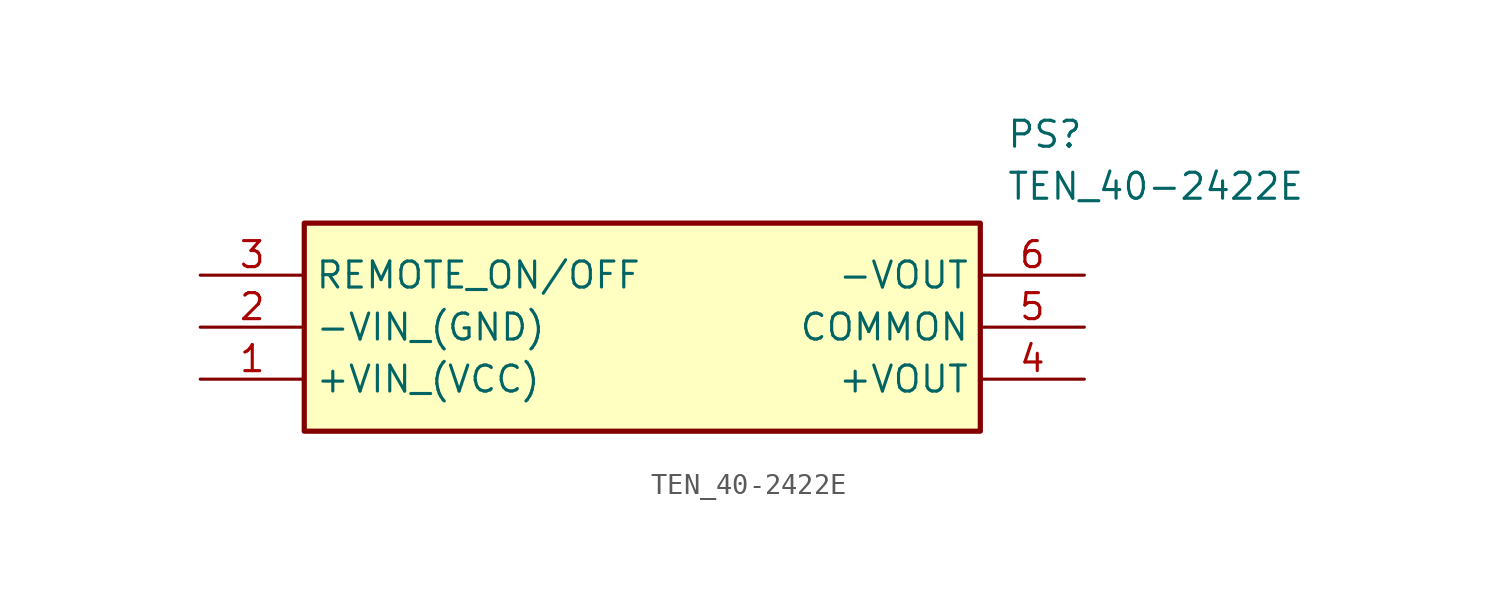
<source format=kicad_sym>
(kicad_symbol_lib
  (version 20211014)
  (generator SamacSys_ECAD_Model)
  (symbol "TEN_40-2422E"
    (property "Reference" "PS"
      (at 39.37 7.62 0)
      (effects (font (size 1.27 1.27)) (justify left top)))
    (property "Value" "TEN_40-2422E"
      (at 39.37 5.08 0)
      (effects (font (size 1.27 1.27)) (justify left top)))
    (rectangle
      (start 5.08 2.54)
      (end 38.1 -7.62)
      (stroke (width 0.254) (type default))
      (fill (type background)))
    (pin passive line
      (at 0 -5.08 0)
      (length 5.08)
      (name "+VIN_(VCC)" (effects (font (size 1.27 1.27))))
      (number "1" (effects (font (size 1.27 1.27)))))
    (pin passive line
      (at 0 -2.54 0)
      (length 5.08)
      (name "-VIN_(GND)" (effects (font (size 1.27 1.27))))
      (number "2" (effects (font (size 1.27 1.27)))))
    (pin passive line
      (at 0 0 0)
      (length 5.08)
      (name "REMOTE_ON/OFF" (effects (font (size 1.27 1.27))))
      (number "3" (effects (font (size 1.27 1.27)))))
    (pin passive line
      (at 43.18 -5.08 180)
      (length 5.08)
      (name "+VOUT" (effects (font (size 1.27 1.27))))
      (number "4" (effects (font (size 1.27 1.27)))))
    (pin passive line
      (at 43.18 -2.54 180)
      (length 5.08)
      (name "COMMON" (effects (font (size 1.27 1.27))))
      (number "5" (effects (font (size 1.27 1.27)))))
    (pin passive line
      (at 43.18 0 180)
      (length 5.08)
      (name "-VOUT" (effects (font (size 1.27 1.27))))
      (number "6" (effects (font (size 1.27 1.27)))))))
</source>
